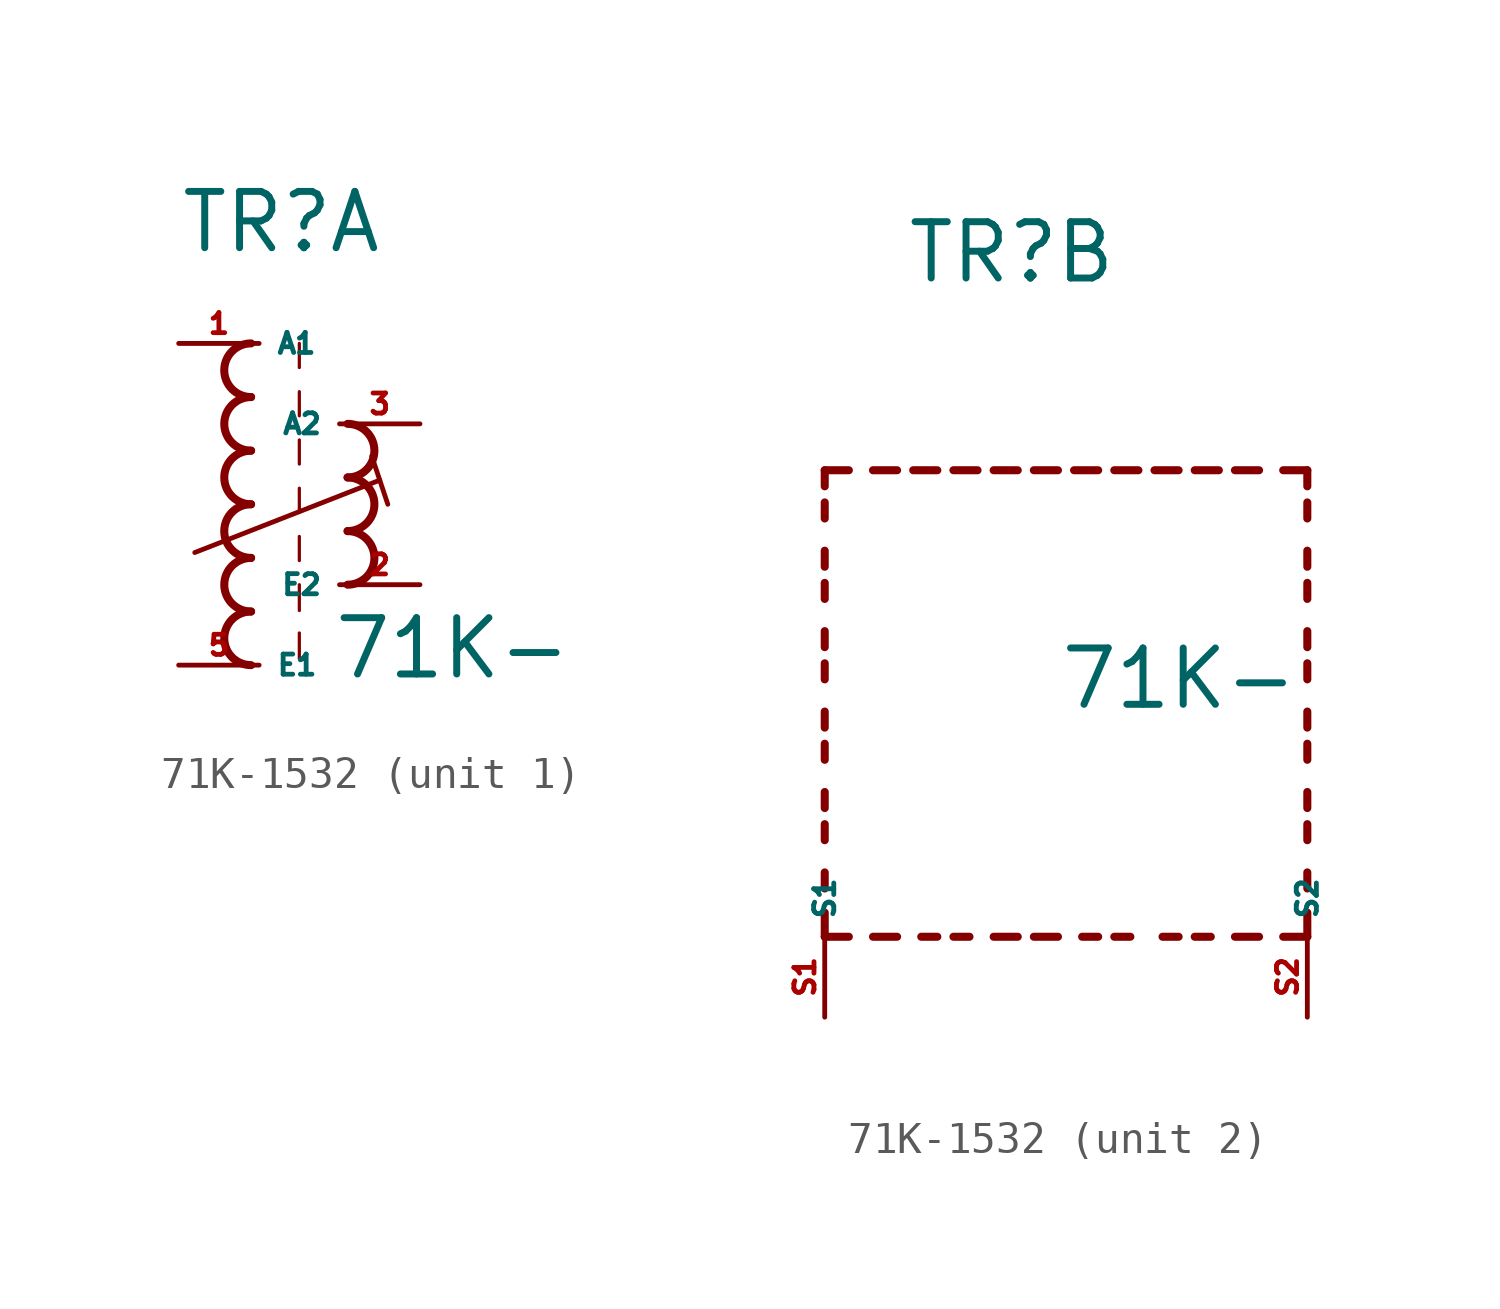
<source format=kicad_sym>
(kicad_symbol_lib
  (version 20220914)
  (generator kicad_symbol_editor)
  (symbol "71K-1532"
    (property "Reference" "TR"
      (at -2.54 7.874 0)
      (effects (font (size 1.778 1.778) (thickness 0.22)) (justify left bottom)))
    (property "Value" "71K-"
      (at 2.286 -5.588 0)
      (effects (font (size 1.778 1.778) (thickness 0.22)) (justify left bottom)))
    (symbol "71K-1532_1_0"
      (arc (start -0.254 -3.3866) (mid -1.1004 -4.2333) (end -0.254 -5.08) (stroke (width 0.254) (type default)) (fill (type none)))
      (arc (start -0.254 -1.6932) (mid -1.1004 -2.5399) (end -0.254 -3.3866) (stroke (width 0.254) (type default)) (fill (type none)))
      (arc (start -0.254 0) (mid -1.1004 -0.8467) (end -0.254 -1.6934) (stroke (width 0.254) (type default)) (fill (type none)))
      (arc (start -0.254 1.6934) (mid -1.1004 0.8467) (end -0.254 0) (stroke (width 0.254) (type default)) (fill (type none)))
      (arc (start -0.254 3.3866) (mid -1.1002 2.54) (end -0.254 1.6934) (stroke (width 0.254) (type default)) (fill (type none)))
      (arc (start -0.254 5.08) (mid -1.1004 4.2333) (end -0.254 3.3866) (stroke (width 0.254) (type default)) (fill (type none)))
      (polyline (pts (xy -2.032 -1.524) (xy 3.81 0.762)) (stroke (width 0.152) (type default)) (fill (type none)))
      (polyline (pts (xy 1.27 -4.064) (xy 1.27 -4.88)) (stroke (width 0.102) (type default)) (fill (type none)))
      (polyline (pts (xy 1.27 -2.54) (xy 1.27 -3.356)) (stroke (width 0.102) (type default)) (fill (type none)))
      (polyline (pts (xy 1.27 -1.016) (xy 1.27 -1.778)) (stroke (width 0.102) (type default)) (fill (type none)))
      (polyline (pts (xy 1.27 0.508) (xy 1.27 -0.254)) (stroke (width 0.102) (type default)) (fill (type none)))
      (polyline (pts (xy 1.27 2.032) (xy 1.27 1.27)) (stroke (width 0.102) (type default)) (fill (type none)))
      (polyline (pts (xy 1.27 3.556) (xy 1.27 2.794)) (stroke (width 0.102) (type default)) (fill (type none)))
      (polyline (pts (xy 1.27 5.08) (xy 1.27 4.318)) (stroke (width 0.102) (type default)) (fill (type none)))
      (polyline (pts (xy 3.556 1.524) (xy 4.064 0)) (stroke (width 0.152) (type default)) (fill (type none)))
      (arc (start 2.794 -2.54) (mid 3.6404 -1.6933) (end 2.794 -0.8466) (stroke (width 0.254) (type default)) (fill (type none)))
      (arc (start 2.794 -0.8466) (mid 3.6402 0) (end 2.794 0.8466) (stroke (width 0.254) (type default)) (fill (type none)))
      (arc (start 2.794 0.8466) (mid 3.6404 1.6933) (end 2.794 2.54) (stroke (width 0.254) (type default)) (fill (type none)))
      (pin passive line (at -2.54 5.08 0) (length 2.54) (name "A1" (effects (font (size 0.635 0.635)))) (number "1" (effects (font (size 0.635 0.635)))))
      (pin passive line (at 5.08 -2.54 180) (length 2.54) (name "E2" (effects (font (size 0.635 0.635)))) (number "2" (effects (font (size 0.635 0.635)))))
      (pin passive line (at 5.08 2.54 180) (length 2.54) (name "A2" (effects (font (size 0.635 0.635)))) (number "3" (effects (font (size 0.635 0.635)))))
      (pin passive line (at -2.54 -5.08 0) (length 2.54) (name "E1" (effects (font (size 0.635 0.635)))) (number "5" (effects (font (size 0.635 0.635))))))
    (symbol "71K-1532_2_0"
      (polyline (pts (xy -5.08 -12.7) (xy -5.08 -11.938)) (stroke (width 0.254) (type default)) (fill (type none)))
      (polyline (pts (xy -5.08 -12.7) (xy -4.318 -12.7)) (stroke (width 0.254) (type default)) (fill (type none)))
      (polyline (pts (xy -5.08 -11.176) (xy -5.08 -10.668)) (stroke (width 0.254) (type default)) (fill (type none)))
      (polyline (pts (xy -5.08 -9.652) (xy -5.08 -9.144)) (stroke (width 0.254) (type default)) (fill (type none)))
      (polyline (pts (xy -5.08 -8.636) (xy -5.08 -8.128)) (stroke (width 0.254) (type default)) (fill (type none)))
      (polyline (pts (xy -5.08 -7.112) (xy -5.08 -6.604)) (stroke (width 0.254) (type default)) (fill (type none)))
      (polyline (pts (xy -5.08 -6.096) (xy -5.08 -5.588)) (stroke (width 0.254) (type default)) (fill (type none)))
      (polyline (pts (xy -5.08 -4.572) (xy -5.08 -4.064)) (stroke (width 0.254) (type default)) (fill (type none)))
      (polyline (pts (xy -5.08 -3.556) (xy -5.08 -3.048)) (stroke (width 0.254) (type default)) (fill (type none)))
      (polyline (pts (xy -5.08 -2.032) (xy -5.08 -1.524)) (stroke (width 0.254) (type default)) (fill (type none)))
      (polyline (pts (xy -5.08 -1.016) (xy -5.08 -0.508)) (stroke (width 0.254) (type default)) (fill (type none)))
      (polyline (pts (xy -5.08 0.508) (xy -5.08 1.016)) (stroke (width 0.254) (type default)) (fill (type none)))
      (polyline (pts (xy -5.08 1.524) (xy -5.08 2.032)) (stroke (width 0.254) (type default)) (fill (type none)))
      (polyline (pts (xy -5.08 2.032) (xy -4.318 2.032)) (stroke (width 0.254) (type default)) (fill (type none)))
      (polyline (pts (xy -3.556 -12.7) (xy -2.794 -12.7)) (stroke (width 0.254) (type default)) (fill (type none)))
      (polyline (pts (xy -3.556 2.032) (xy -2.794 2.032)) (stroke (width 0.254) (type default)) (fill (type none)))
      (polyline (pts (xy -1.524 -12.7) (xy -2.032 -12.7)) (stroke (width 0.254) (type default)) (fill (type none)))
      (polyline (pts (xy -1.524 2.032) (xy -2.286 2.032)) (stroke (width 0.254) (type default)) (fill (type none)))
      (polyline (pts (xy -1.016 2.032) (xy -0.254 2.032)) (stroke (width 0.254) (type default)) (fill (type none)))
      (polyline (pts (xy -0.508 -12.7) (xy -1.016 -12.7)) (stroke (width 0.254) (type default)) (fill (type none)))
      (polyline (pts (xy 1.016 -12.7) (xy 0.254 -12.7)) (stroke (width 0.254) (type default)) (fill (type none)))
      (polyline (pts (xy 1.016 2.032) (xy 0.254 2.032)) (stroke (width 0.254) (type default)) (fill (type none)))
      (polyline (pts (xy 1.524 -12.7) (xy 2.286 -12.7)) (stroke (width 0.254) (type default)) (fill (type none)))
      (polyline (pts (xy 1.524 2.032) (xy 2.286 2.032)) (stroke (width 0.254) (type default)) (fill (type none)))
      (polyline (pts (xy 3.556 -12.7) (xy 3.048 -12.7)) (stroke (width 0.254) (type default)) (fill (type none)))
      (polyline (pts (xy 3.556 2.032) (xy 2.794 2.032)) (stroke (width 0.254) (type default)) (fill (type none)))
      (polyline (pts (xy 4.064 2.032) (xy 4.826 2.032)) (stroke (width 0.254) (type default)) (fill (type none)))
      (polyline (pts (xy 4.572 -12.7) (xy 4.064 -12.7)) (stroke (width 0.254) (type default)) (fill (type none)))
      (polyline (pts (xy 6.096 -12.7) (xy 5.588 -12.7)) (stroke (width 0.254) (type default)) (fill (type none)))
      (polyline (pts (xy 6.096 2.032) (xy 5.334 2.032)) (stroke (width 0.254) (type default)) (fill (type none)))
      (polyline (pts (xy 6.604 2.032) (xy 7.366 2.032)) (stroke (width 0.254) (type default)) (fill (type none)))
      (polyline (pts (xy 7.112 -12.7) (xy 6.604 -12.7)) (stroke (width 0.254) (type default)) (fill (type none)))
      (polyline (pts (xy 8.636 -12.7) (xy 7.874 -12.7)) (stroke (width 0.254) (type default)) (fill (type none)))
      (polyline (pts (xy 8.636 2.032) (xy 7.874 2.032)) (stroke (width 0.254) (type default)) (fill (type none)))
      (polyline (pts (xy 10.16 -12.7) (xy 9.398 -12.7)) (stroke (width 0.254) (type default)) (fill (type none)))
      (polyline (pts (xy 10.16 -12.7) (xy 10.16 -11.938)) (stroke (width 0.254) (type default)) (fill (type none)))
      (polyline (pts (xy 10.16 -11.176) (xy 10.16 -10.668)) (stroke (width 0.254) (type default)) (fill (type none)))
      (polyline (pts (xy 10.16 -9.652) (xy 10.16 -9.144)) (stroke (width 0.254) (type default)) (fill (type none)))
      (polyline (pts (xy 10.16 -8.636) (xy 10.16 -8.128)) (stroke (width 0.254) (type default)) (fill (type none)))
      (polyline (pts (xy 10.16 -7.112) (xy 10.16 -6.604)) (stroke (width 0.254) (type default)) (fill (type none)))
      (polyline (pts (xy 10.16 -6.096) (xy 10.16 -5.588)) (stroke (width 0.254) (type default)) (fill (type none)))
      (polyline (pts (xy 10.16 -4.572) (xy 10.16 -4.064)) (stroke (width 0.254) (type default)) (fill (type none)))
      (polyline (pts (xy 10.16 -3.556) (xy 10.16 -3.048)) (stroke (width 0.254) (type default)) (fill (type none)))
      (polyline (pts (xy 10.16 -2.032) (xy 10.16 -1.524)) (stroke (width 0.254) (type default)) (fill (type none)))
      (polyline (pts (xy 10.16 -1.016) (xy 10.16 -0.508)) (stroke (width 0.254) (type default)) (fill (type none)))
      (polyline (pts (xy 10.16 0.508) (xy 10.16 1.016)) (stroke (width 0.254) (type default)) (fill (type none)))
      (polyline (pts (xy 10.16 1.524) (xy 10.16 2.032)) (stroke (width 0.254) (type default)) (fill (type none)))
      (polyline (pts (xy 10.16 2.032) (xy 9.398 2.032)) (stroke (width 0.254) (type default)) (fill (type none)))
      (pin passive line (at -5.08 -15.24 90) (length 2.54) (name "S1" (effects (font (size 0.635 0.635)))) (number "S1" (effects (font (size 0.635 0.635)))))
      (pin passive line (at 10.16 -15.24 90) (length 2.54) (name "S2" (effects (font (size 0.635 0.635)))) (number "S2" (effects (font (size 0.635 0.635))))))))
</source>
